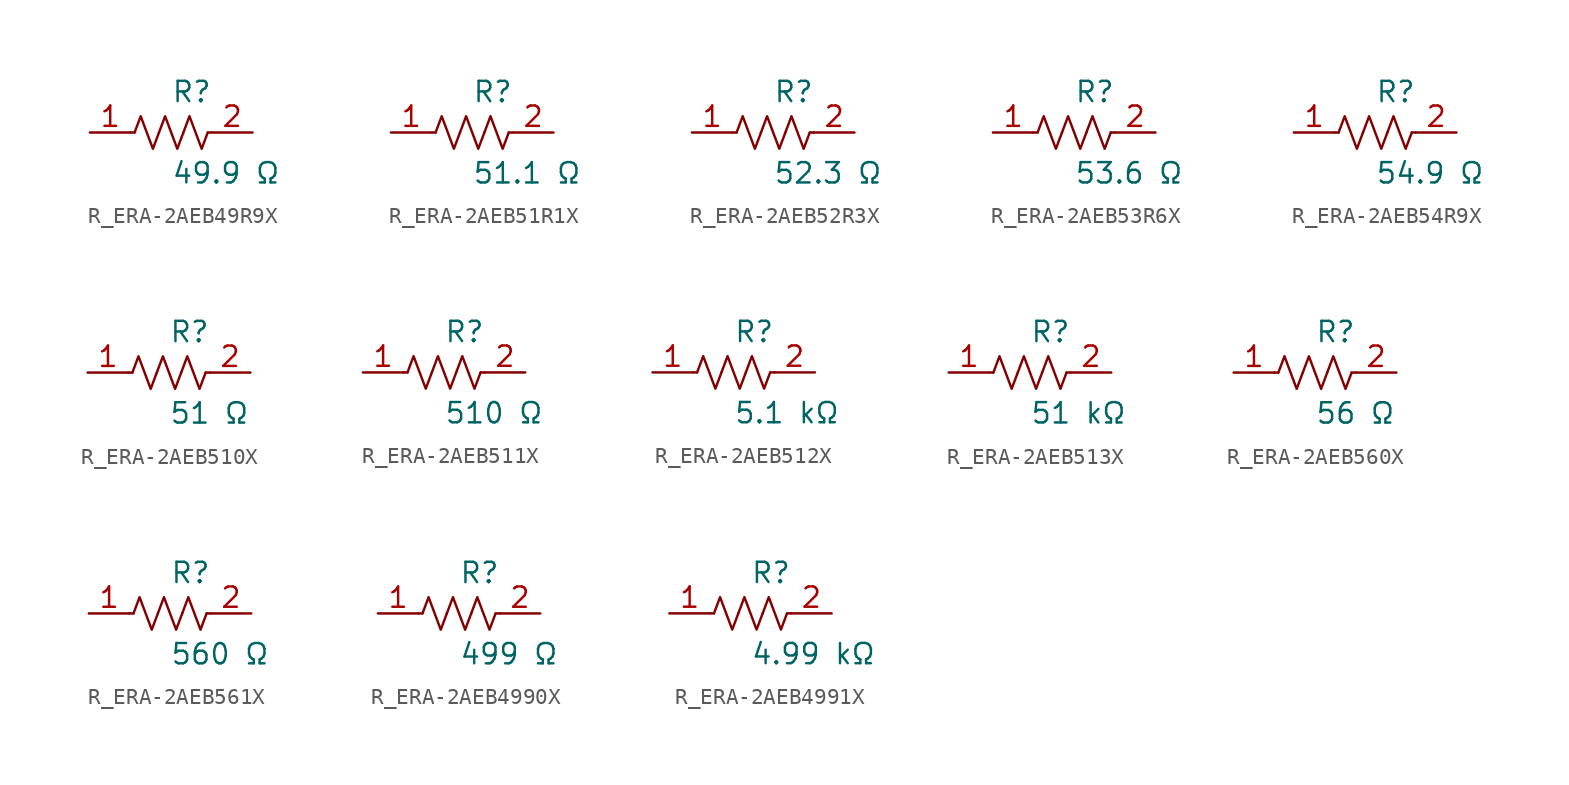
<source format=kicad_sym>
(kicad_symbol_lib
  (version 20231120)
  (generator kicad_symbol_editor)
  (generator_version 8.0)
  (symbol "R_ERA-2AEB49R9X"
    (pin_names
      (offset 0.254))
    (property "Reference" "R"
      (at 0.0 2.54 0)
      (effects (font (size 1.27 1.27)) (justify left)))
    (property "Value" "49.9 Ω"
      (at 0.0 -2.54 0)
      (effects (font (size 1.27 1.27)) (justify left)))
    (symbol "R_ERA-2AEB49R9X_0_1"
      (polyline (pts (xy 2.286 0) (xy 2.54 0)) (stroke (width 0) (type default)) (fill (type none)))
      (polyline (pts (xy -2.286 0) (xy -2.54 0)) (stroke (width 0) (type default)) (fill (type none)))
      (polyline (pts (xy 0.762 0) (xy 1.143 1.016) (xy 1.524 0) (xy 1.905 -1.016) (xy 2.286 0)) (stroke (width 0) (type default)) (fill (type none)))
      (polyline (pts (xy -0.762 0) (xy -0.381 1.016) (xy 0 0) (xy 0.381 -1.016) (xy 0.762 0)) (stroke (width 0) (type default)) (fill (type none)))
      (polyline (pts (xy -2.286 0) (xy -1.905 1.016) (xy -1.524 0) (xy -1.143 -1.016) (xy -0.762 0)) (stroke (width 0) (type default)) (fill (type none))))
    (pin unspecified line
      (at -5.08 0 0)
      (length 2.54)
      (name "" (effects (font (size 1.27 1.27))))
      (number "1" (effects (font (size 1.27 1.27)))))
    (pin unspecified line
      (at 5.08 0 180)
      (length 2.54)
      (name "" (effects (font (size 1.27 1.27))))
      (number "2" (effects (font (size 1.27 1.27))))))
  (symbol "R_ERA-2AEB51R1X"
    (pin_names
      (offset 0.254))
    (property "Reference" "R"
      (at 0.0 2.54 0)
      (effects (font (size 1.27 1.27)) (justify left)))
    (property "Value" "51.1 Ω"
      (at 0.0 -2.54 0)
      (effects (font (size 1.27 1.27)) (justify left)))
    (symbol "R_ERA-2AEB51R1X_0_1"
      (polyline (pts (xy 2.286 0) (xy 2.54 0)) (stroke (width 0) (type default)) (fill (type none)))
      (polyline (pts (xy -2.286 0) (xy -2.54 0)) (stroke (width 0) (type default)) (fill (type none)))
      (polyline (pts (xy 0.762 0) (xy 1.143 1.016) (xy 1.524 0) (xy 1.905 -1.016) (xy 2.286 0)) (stroke (width 0) (type default)) (fill (type none)))
      (polyline (pts (xy -0.762 0) (xy -0.381 1.016) (xy 0 0) (xy 0.381 -1.016) (xy 0.762 0)) (stroke (width 0) (type default)) (fill (type none)))
      (polyline (pts (xy -2.286 0) (xy -1.905 1.016) (xy -1.524 0) (xy -1.143 -1.016) (xy -0.762 0)) (stroke (width 0) (type default)) (fill (type none))))
    (pin unspecified line
      (at -5.08 0 0)
      (length 2.54)
      (name "" (effects (font (size 1.27 1.27))))
      (number "1" (effects (font (size 1.27 1.27)))))
    (pin unspecified line
      (at 5.08 0 180)
      (length 2.54)
      (name "" (effects (font (size 1.27 1.27))))
      (number "2" (effects (font (size 1.27 1.27))))))
  (symbol "R_ERA-2AEB52R3X"
    (pin_names
      (offset 0.254))
    (property "Reference" "R"
      (at 0.0 2.54 0)
      (effects (font (size 1.27 1.27)) (justify left)))
    (property "Value" "52.3 Ω"
      (at 0.0 -2.54 0)
      (effects (font (size 1.27 1.27)) (justify left)))
    (symbol "R_ERA-2AEB52R3X_0_1"
      (polyline (pts (xy 2.286 0) (xy 2.54 0)) (stroke (width 0) (type default)) (fill (type none)))
      (polyline (pts (xy -2.286 0) (xy -2.54 0)) (stroke (width 0) (type default)) (fill (type none)))
      (polyline (pts (xy 0.762 0) (xy 1.143 1.016) (xy 1.524 0) (xy 1.905 -1.016) (xy 2.286 0)) (stroke (width 0) (type default)) (fill (type none)))
      (polyline (pts (xy -0.762 0) (xy -0.381 1.016) (xy 0 0) (xy 0.381 -1.016) (xy 0.762 0)) (stroke (width 0) (type default)) (fill (type none)))
      (polyline (pts (xy -2.286 0) (xy -1.905 1.016) (xy -1.524 0) (xy -1.143 -1.016) (xy -0.762 0)) (stroke (width 0) (type default)) (fill (type none))))
    (pin unspecified line
      (at -5.08 0 0)
      (length 2.54)
      (name "" (effects (font (size 1.27 1.27))))
      (number "1" (effects (font (size 1.27 1.27)))))
    (pin unspecified line
      (at 5.08 0 180)
      (length 2.54)
      (name "" (effects (font (size 1.27 1.27))))
      (number "2" (effects (font (size 1.27 1.27))))))
  (symbol "R_ERA-2AEB53R6X"
    (pin_names
      (offset 0.254))
    (property "Reference" "R"
      (at 0.0 2.54 0)
      (effects (font (size 1.27 1.27)) (justify left)))
    (property "Value" "53.6 Ω"
      (at 0.0 -2.54 0)
      (effects (font (size 1.27 1.27)) (justify left)))
    (symbol "R_ERA-2AEB53R6X_0_1"
      (polyline (pts (xy 2.286 0) (xy 2.54 0)) (stroke (width 0) (type default)) (fill (type none)))
      (polyline (pts (xy -2.286 0) (xy -2.54 0)) (stroke (width 0) (type default)) (fill (type none)))
      (polyline (pts (xy 0.762 0) (xy 1.143 1.016) (xy 1.524 0) (xy 1.905 -1.016) (xy 2.286 0)) (stroke (width 0) (type default)) (fill (type none)))
      (polyline (pts (xy -0.762 0) (xy -0.381 1.016) (xy 0 0) (xy 0.381 -1.016) (xy 0.762 0)) (stroke (width 0) (type default)) (fill (type none)))
      (polyline (pts (xy -2.286 0) (xy -1.905 1.016) (xy -1.524 0) (xy -1.143 -1.016) (xy -0.762 0)) (stroke (width 0) (type default)) (fill (type none))))
    (pin unspecified line
      (at -5.08 0 0)
      (length 2.54)
      (name "" (effects (font (size 1.27 1.27))))
      (number "1" (effects (font (size 1.27 1.27)))))
    (pin unspecified line
      (at 5.08 0 180)
      (length 2.54)
      (name "" (effects (font (size 1.27 1.27))))
      (number "2" (effects (font (size 1.27 1.27))))))
  (symbol "R_ERA-2AEB54R9X"
    (pin_names
      (offset 0.254))
    (property "Reference" "R"
      (at 0.0 2.54 0)
      (effects (font (size 1.27 1.27)) (justify left)))
    (property "Value" "54.9 Ω"
      (at 0.0 -2.54 0)
      (effects (font (size 1.27 1.27)) (justify left)))
    (symbol "R_ERA-2AEB54R9X_0_1"
      (polyline (pts (xy 2.286 0) (xy 2.54 0)) (stroke (width 0) (type default)) (fill (type none)))
      (polyline (pts (xy -2.286 0) (xy -2.54 0)) (stroke (width 0) (type default)) (fill (type none)))
      (polyline (pts (xy 0.762 0) (xy 1.143 1.016) (xy 1.524 0) (xy 1.905 -1.016) (xy 2.286 0)) (stroke (width 0) (type default)) (fill (type none)))
      (polyline (pts (xy -0.762 0) (xy -0.381 1.016) (xy 0 0) (xy 0.381 -1.016) (xy 0.762 0)) (stroke (width 0) (type default)) (fill (type none)))
      (polyline (pts (xy -2.286 0) (xy -1.905 1.016) (xy -1.524 0) (xy -1.143 -1.016) (xy -0.762 0)) (stroke (width 0) (type default)) (fill (type none))))
    (pin unspecified line
      (at -5.08 0 0)
      (length 2.54)
      (name "" (effects (font (size 1.27 1.27))))
      (number "1" (effects (font (size 1.27 1.27)))))
    (pin unspecified line
      (at 5.08 0 180)
      (length 2.54)
      (name "" (effects (font (size 1.27 1.27))))
      (number "2" (effects (font (size 1.27 1.27))))))
  (symbol "R_ERA-2AEB510X"
    (pin_names
      (offset 0.254))
    (property "Reference" "R"
      (at 0.0 2.54 0)
      (effects (font (size 1.27 1.27)) (justify left)))
    (property "Value" "51 Ω"
      (at 0.0 -2.54 0)
      (effects (font (size 1.27 1.27)) (justify left)))
    (symbol "R_ERA-2AEB510X_0_1"
      (polyline (pts (xy 2.286 0) (xy 2.54 0)) (stroke (width 0) (type default)) (fill (type none)))
      (polyline (pts (xy -2.286 0) (xy -2.54 0)) (stroke (width 0) (type default)) (fill (type none)))
      (polyline (pts (xy 0.762 0) (xy 1.143 1.016) (xy 1.524 0) (xy 1.905 -1.016) (xy 2.286 0)) (stroke (width 0) (type default)) (fill (type none)))
      (polyline (pts (xy -0.762 0) (xy -0.381 1.016) (xy 0 0) (xy 0.381 -1.016) (xy 0.762 0)) (stroke (width 0) (type default)) (fill (type none)))
      (polyline (pts (xy -2.286 0) (xy -1.905 1.016) (xy -1.524 0) (xy -1.143 -1.016) (xy -0.762 0)) (stroke (width 0) (type default)) (fill (type none))))
    (pin unspecified line
      (at -5.08 0 0)
      (length 2.54)
      (name "" (effects (font (size 1.27 1.27))))
      (number "1" (effects (font (size 1.27 1.27)))))
    (pin unspecified line
      (at 5.08 0 180)
      (length 2.54)
      (name "" (effects (font (size 1.27 1.27))))
      (number "2" (effects (font (size 1.27 1.27))))))
  (symbol "R_ERA-2AEB511X"
    (pin_names
      (offset 0.254))
    (property "Reference" "R"
      (at 0.0 2.54 0)
      (effects (font (size 1.27 1.27)) (justify left)))
    (property "Value" "510 Ω"
      (at 0.0 -2.54 0)
      (effects (font (size 1.27 1.27)) (justify left)))
    (symbol "R_ERA-2AEB511X_0_1"
      (polyline (pts (xy 2.286 0) (xy 2.54 0)) (stroke (width 0) (type default)) (fill (type none)))
      (polyline (pts (xy -2.286 0) (xy -2.54 0)) (stroke (width 0) (type default)) (fill (type none)))
      (polyline (pts (xy 0.762 0) (xy 1.143 1.016) (xy 1.524 0) (xy 1.905 -1.016) (xy 2.286 0)) (stroke (width 0) (type default)) (fill (type none)))
      (polyline (pts (xy -0.762 0) (xy -0.381 1.016) (xy 0 0) (xy 0.381 -1.016) (xy 0.762 0)) (stroke (width 0) (type default)) (fill (type none)))
      (polyline (pts (xy -2.286 0) (xy -1.905 1.016) (xy -1.524 0) (xy -1.143 -1.016) (xy -0.762 0)) (stroke (width 0) (type default)) (fill (type none))))
    (pin unspecified line
      (at -5.08 0 0)
      (length 2.54)
      (name "" (effects (font (size 1.27 1.27))))
      (number "1" (effects (font (size 1.27 1.27)))))
    (pin unspecified line
      (at 5.08 0 180)
      (length 2.54)
      (name "" (effects (font (size 1.27 1.27))))
      (number "2" (effects (font (size 1.27 1.27))))))
  (symbol "R_ERA-2AEB512X"
    (pin_names
      (offset 0.254))
    (property "Reference" "R"
      (at 0.0 2.54 0)
      (effects (font (size 1.27 1.27)) (justify left)))
    (property "Value" "5.1 kΩ"
      (at 0.0 -2.54 0)
      (effects (font (size 1.27 1.27)) (justify left)))
    (symbol "R_ERA-2AEB512X_0_1"
      (polyline (pts (xy 2.286 0) (xy 2.54 0)) (stroke (width 0) (type default)) (fill (type none)))
      (polyline (pts (xy -2.286 0) (xy -2.54 0)) (stroke (width 0) (type default)) (fill (type none)))
      (polyline (pts (xy 0.762 0) (xy 1.143 1.016) (xy 1.524 0) (xy 1.905 -1.016) (xy 2.286 0)) (stroke (width 0) (type default)) (fill (type none)))
      (polyline (pts (xy -0.762 0) (xy -0.381 1.016) (xy 0 0) (xy 0.381 -1.016) (xy 0.762 0)) (stroke (width 0) (type default)) (fill (type none)))
      (polyline (pts (xy -2.286 0) (xy -1.905 1.016) (xy -1.524 0) (xy -1.143 -1.016) (xy -0.762 0)) (stroke (width 0) (type default)) (fill (type none))))
    (pin unspecified line
      (at -5.08 0 0)
      (length 2.54)
      (name "" (effects (font (size 1.27 1.27))))
      (number "1" (effects (font (size 1.27 1.27)))))
    (pin unspecified line
      (at 5.08 0 180)
      (length 2.54)
      (name "" (effects (font (size 1.27 1.27))))
      (number "2" (effects (font (size 1.27 1.27))))))
  (symbol "R_ERA-2AEB513X"
    (pin_names
      (offset 0.254))
    (property "Reference" "R"
      (at 0.0 2.54 0)
      (effects (font (size 1.27 1.27)) (justify left)))
    (property "Value" "51 kΩ"
      (at 0.0 -2.54 0)
      (effects (font (size 1.27 1.27)) (justify left)))
    (symbol "R_ERA-2AEB513X_0_1"
      (polyline (pts (xy 2.286 0) (xy 2.54 0)) (stroke (width 0) (type default)) (fill (type none)))
      (polyline (pts (xy -2.286 0) (xy -2.54 0)) (stroke (width 0) (type default)) (fill (type none)))
      (polyline (pts (xy 0.762 0) (xy 1.143 1.016) (xy 1.524 0) (xy 1.905 -1.016) (xy 2.286 0)) (stroke (width 0) (type default)) (fill (type none)))
      (polyline (pts (xy -0.762 0) (xy -0.381 1.016) (xy 0 0) (xy 0.381 -1.016) (xy 0.762 0)) (stroke (width 0) (type default)) (fill (type none)))
      (polyline (pts (xy -2.286 0) (xy -1.905 1.016) (xy -1.524 0) (xy -1.143 -1.016) (xy -0.762 0)) (stroke (width 0) (type default)) (fill (type none))))
    (pin unspecified line
      (at -5.08 0 0)
      (length 2.54)
      (name "" (effects (font (size 1.27 1.27))))
      (number "1" (effects (font (size 1.27 1.27)))))
    (pin unspecified line
      (at 5.08 0 180)
      (length 2.54)
      (name "" (effects (font (size 1.27 1.27))))
      (number "2" (effects (font (size 1.27 1.27))))))
  (symbol "R_ERA-2AEB560X"
    (pin_names
      (offset 0.254))
    (property "Reference" "R"
      (at 0.0 2.54 0)
      (effects (font (size 1.27 1.27)) (justify left)))
    (property "Value" "56 Ω"
      (at 0.0 -2.54 0)
      (effects (font (size 1.27 1.27)) (justify left)))
    (symbol "R_ERA-2AEB560X_0_1"
      (polyline (pts (xy 2.286 0) (xy 2.54 0)) (stroke (width 0) (type default)) (fill (type none)))
      (polyline (pts (xy -2.286 0) (xy -2.54 0)) (stroke (width 0) (type default)) (fill (type none)))
      (polyline (pts (xy 0.762 0) (xy 1.143 1.016) (xy 1.524 0) (xy 1.905 -1.016) (xy 2.286 0)) (stroke (width 0) (type default)) (fill (type none)))
      (polyline (pts (xy -0.762 0) (xy -0.381 1.016) (xy 0 0) (xy 0.381 -1.016) (xy 0.762 0)) (stroke (width 0) (type default)) (fill (type none)))
      (polyline (pts (xy -2.286 0) (xy -1.905 1.016) (xy -1.524 0) (xy -1.143 -1.016) (xy -0.762 0)) (stroke (width 0) (type default)) (fill (type none))))
    (pin unspecified line
      (at -5.08 0 0)
      (length 2.54)
      (name "" (effects (font (size 1.27 1.27))))
      (number "1" (effects (font (size 1.27 1.27)))))
    (pin unspecified line
      (at 5.08 0 180)
      (length 2.54)
      (name "" (effects (font (size 1.27 1.27))))
      (number "2" (effects (font (size 1.27 1.27))))))
  (symbol "R_ERA-2AEB561X"
    (pin_names
      (offset 0.254))
    (property "Reference" "R"
      (at 0.0 2.54 0)
      (effects (font (size 1.27 1.27)) (justify left)))
    (property "Value" "560 Ω"
      (at 0.0 -2.54 0)
      (effects (font (size 1.27 1.27)) (justify left)))
    (symbol "R_ERA-2AEB561X_0_1"
      (polyline (pts (xy 2.286 0) (xy 2.54 0)) (stroke (width 0) (type default)) (fill (type none)))
      (polyline (pts (xy -2.286 0) (xy -2.54 0)) (stroke (width 0) (type default)) (fill (type none)))
      (polyline (pts (xy 0.762 0) (xy 1.143 1.016) (xy 1.524 0) (xy 1.905 -1.016) (xy 2.286 0)) (stroke (width 0) (type default)) (fill (type none)))
      (polyline (pts (xy -0.762 0) (xy -0.381 1.016) (xy 0 0) (xy 0.381 -1.016) (xy 0.762 0)) (stroke (width 0) (type default)) (fill (type none)))
      (polyline (pts (xy -2.286 0) (xy -1.905 1.016) (xy -1.524 0) (xy -1.143 -1.016) (xy -0.762 0)) (stroke (width 0) (type default)) (fill (type none))))
    (pin unspecified line
      (at -5.08 0 0)
      (length 2.54)
      (name "" (effects (font (size 1.27 1.27))))
      (number "1" (effects (font (size 1.27 1.27)))))
    (pin unspecified line
      (at 5.08 0 180)
      (length 2.54)
      (name "" (effects (font (size 1.27 1.27))))
      (number "2" (effects (font (size 1.27 1.27))))))
  (symbol "R_ERA-2AEB4990X"
    (pin_names
      (offset 0.254))
    (property "Reference" "R"
      (at 0.0 2.54 0)
      (effects (font (size 1.27 1.27)) (justify left)))
    (property "Value" "499 Ω"
      (at 0.0 -2.54 0)
      (effects (font (size 1.27 1.27)) (justify left)))
    (symbol "R_ERA-2AEB4990X_0_1"
      (polyline (pts (xy 2.286 0) (xy 2.54 0)) (stroke (width 0) (type default)) (fill (type none)))
      (polyline (pts (xy -2.286 0) (xy -2.54 0)) (stroke (width 0) (type default)) (fill (type none)))
      (polyline (pts (xy 0.762 0) (xy 1.143 1.016) (xy 1.524 0) (xy 1.905 -1.016) (xy 2.286 0)) (stroke (width 0) (type default)) (fill (type none)))
      (polyline (pts (xy -0.762 0) (xy -0.381 1.016) (xy 0 0) (xy 0.381 -1.016) (xy 0.762 0)) (stroke (width 0) (type default)) (fill (type none)))
      (polyline (pts (xy -2.286 0) (xy -1.905 1.016) (xy -1.524 0) (xy -1.143 -1.016) (xy -0.762 0)) (stroke (width 0) (type default)) (fill (type none))))
    (pin unspecified line
      (at -5.08 0 0)
      (length 2.54)
      (name "" (effects (font (size 1.27 1.27))))
      (number "1" (effects (font (size 1.27 1.27)))))
    (pin unspecified line
      (at 5.08 0 180)
      (length 2.54)
      (name "" (effects (font (size 1.27 1.27))))
      (number "2" (effects (font (size 1.27 1.27))))))
  (symbol "R_ERA-2AEB4991X"
    (pin_names
      (offset 0.254))
    (property "Reference" "R"
      (at 0.0 2.54 0)
      (effects (font (size 1.27 1.27)) (justify left)))
    (property "Value" "4.99 kΩ"
      (at 0.0 -2.54 0)
      (effects (font (size 1.27 1.27)) (justify left)))
    (symbol "R_ERA-2AEB4991X_0_1"
      (polyline (pts (xy 2.286 0) (xy 2.54 0)) (stroke (width 0) (type default)) (fill (type none)))
      (polyline (pts (xy -2.286 0) (xy -2.54 0)) (stroke (width 0) (type default)) (fill (type none)))
      (polyline (pts (xy 0.762 0) (xy 1.143 1.016) (xy 1.524 0) (xy 1.905 -1.016) (xy 2.286 0)) (stroke (width 0) (type default)) (fill (type none)))
      (polyline (pts (xy -0.762 0) (xy -0.381 1.016) (xy 0 0) (xy 0.381 -1.016) (xy 0.762 0)) (stroke (width 0) (type default)) (fill (type none)))
      (polyline (pts (xy -2.286 0) (xy -1.905 1.016) (xy -1.524 0) (xy -1.143 -1.016) (xy -0.762 0)) (stroke (width 0) (type default)) (fill (type none))))
    (pin unspecified line
      (at -5.08 0 0)
      (length 2.54)
      (name "" (effects (font (size 1.27 1.27))))
      (number "1" (effects (font (size 1.27 1.27)))))
    (pin unspecified line
      (at 5.08 0 180)
      (length 2.54)
      (name "" (effects (font (size 1.27 1.27))))
      (number "2" (effects (font (size 1.27 1.27)))))))
</source>
